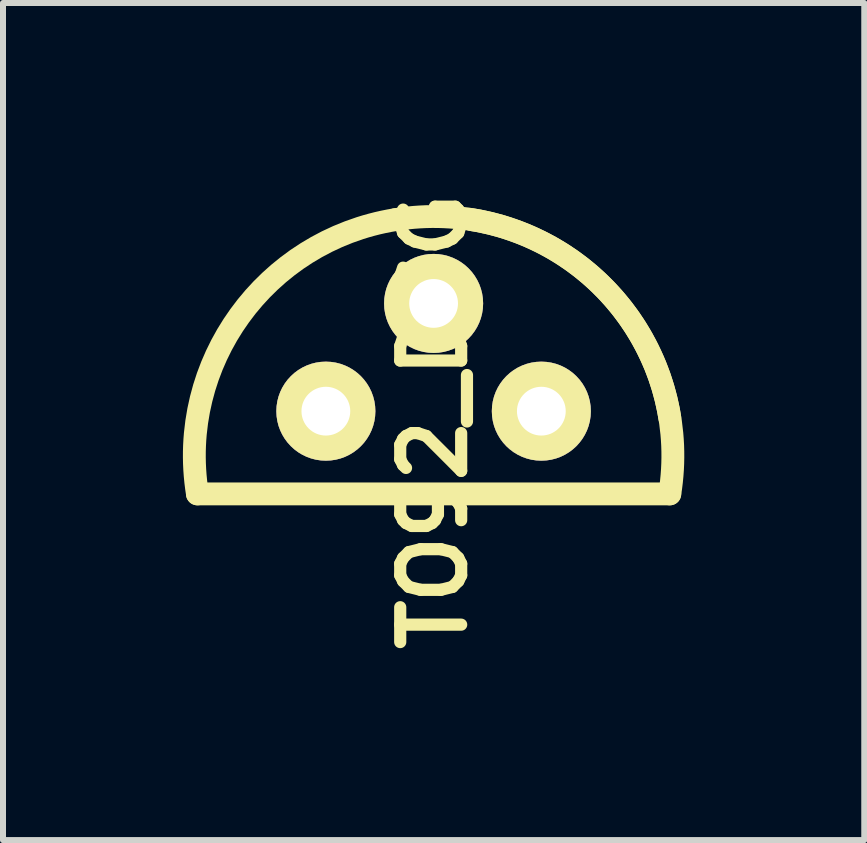
<source format=kicad_pcb>
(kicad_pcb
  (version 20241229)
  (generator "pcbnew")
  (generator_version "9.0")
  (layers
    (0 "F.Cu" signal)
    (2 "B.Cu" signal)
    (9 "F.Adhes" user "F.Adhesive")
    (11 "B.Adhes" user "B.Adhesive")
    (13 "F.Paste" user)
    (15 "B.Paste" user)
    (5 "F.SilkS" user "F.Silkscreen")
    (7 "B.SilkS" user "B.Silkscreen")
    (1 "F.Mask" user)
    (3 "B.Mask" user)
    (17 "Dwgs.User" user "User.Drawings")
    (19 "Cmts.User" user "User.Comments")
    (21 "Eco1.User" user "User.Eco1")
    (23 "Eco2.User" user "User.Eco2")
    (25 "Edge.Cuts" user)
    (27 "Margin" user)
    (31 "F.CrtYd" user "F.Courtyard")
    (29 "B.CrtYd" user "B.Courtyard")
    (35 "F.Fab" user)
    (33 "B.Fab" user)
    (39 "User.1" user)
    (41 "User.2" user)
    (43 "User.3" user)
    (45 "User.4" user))
  (footprint "TO92_DSG"
    (layer "F.Cu")
    (at 4.178 2.008)
    (property "Reference" "TO92_DSG" (at 0 1.968 90) (layer "F.SilkS") (effects (font (size 1.016 1.016) (thickness 0.203))))
    (attr through_hole)
    (fp_line (start -3.937 3.175) (end 3.937 3.175) (stroke (width 0.381) (type solid)) (layer "F.SilkS"))
    (fp_arc (start -3.937 3.175) (mid -3.232892 0.205133) (end -0.635 -1.397) (stroke (width 0.381) (type solid)) (layer "F.SilkS"))
    (fp_arc (start -0.635 -1.397) (mid 2.334867 -0.692892) (end 3.937 1.905) (stroke (width 0.381) (type solid)) (layer "F.SilkS"))
    (fp_arc (start 0.635 -1.397) (mid 3.232892 0.205133) (end 3.937 3.175) (stroke (width 0.381) (type solid)) (layer "F.SilkS"))
    (pad "D" thru_hole circle (at -1.796 1.796) (size 1.651 1.651) (drill 0.813) (layers "*.Cu" "*.Mask" "F.SilkS"))
    (pad "G" thru_hole circle (at 1.796 1.796) (size 1.651 1.651) (drill 0.813) (layers "*.Cu" "*.Mask" "F.SilkS"))
    (pad "S" thru_hole circle (at 0 0) (size 1.651 1.651) (drill 0.813) (layers "*.Cu" "*.Mask" "F.SilkS")))
  (gr_rect
    (start -3 -3)
    (end 11.357 10.954)
    (stroke (width 0.1) (type default))
    (fill no)
    (layer "Edge.Cuts")))
</source>
